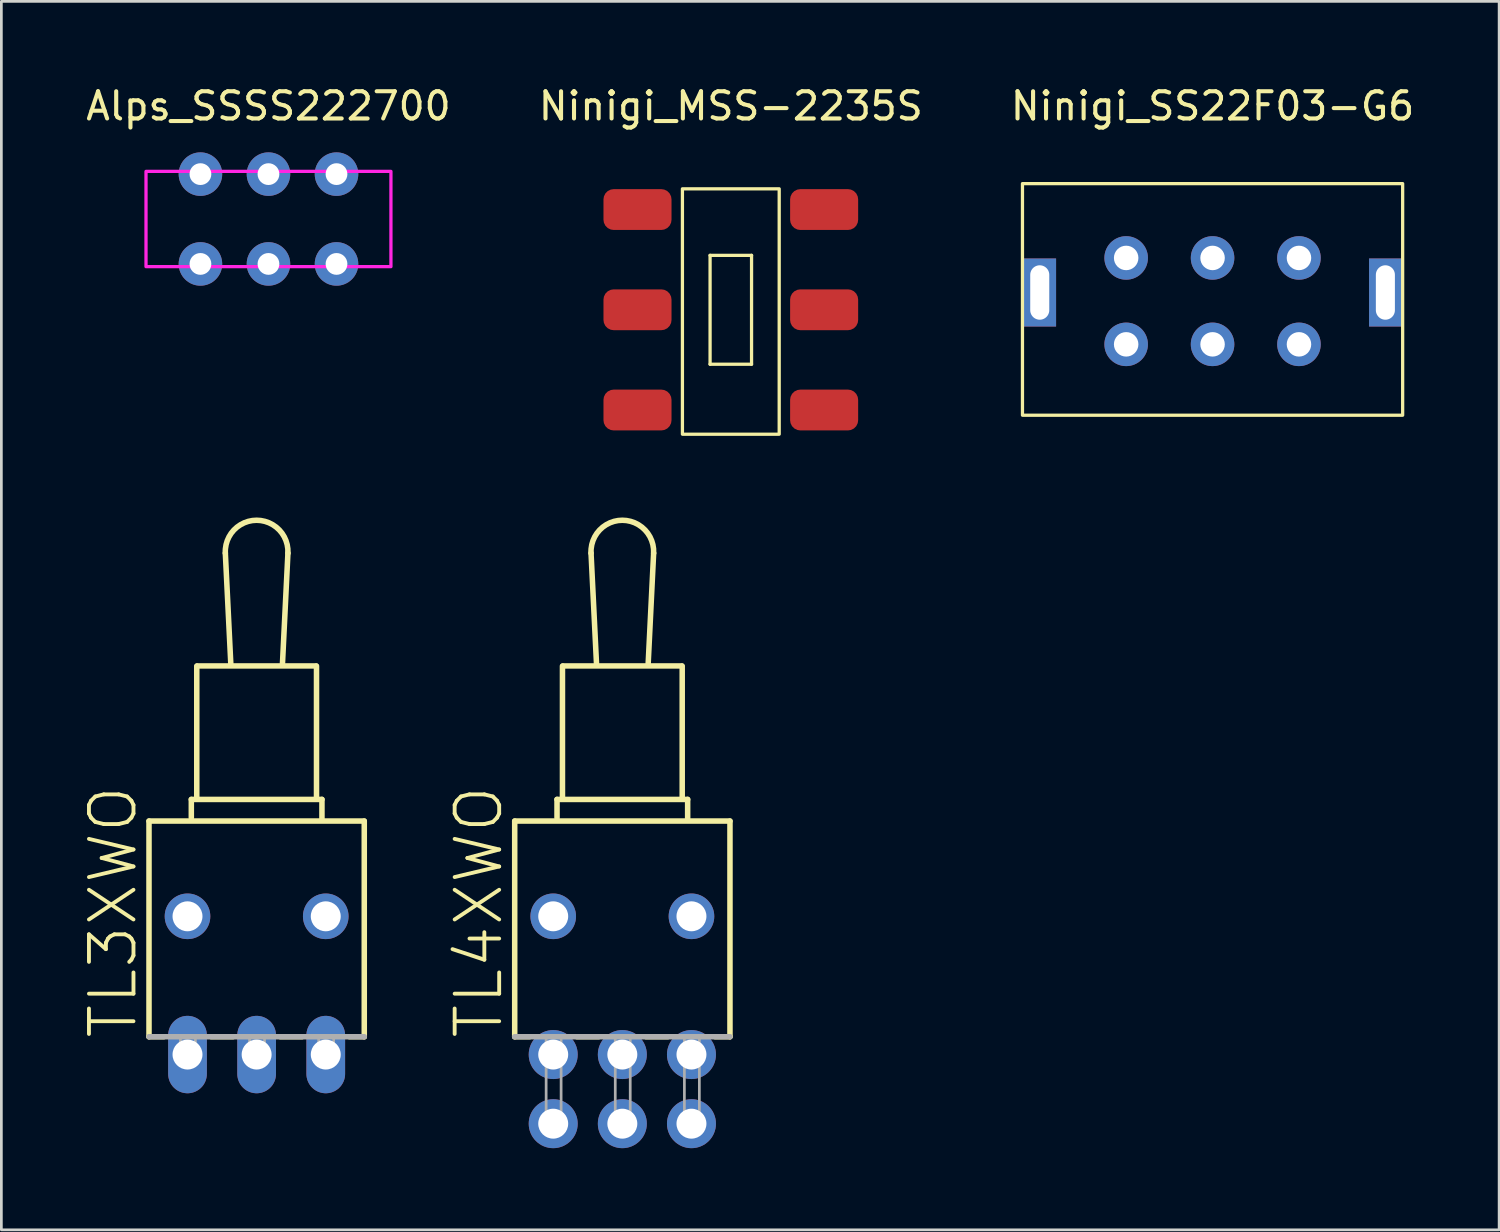
<source format=kicad_pcb>
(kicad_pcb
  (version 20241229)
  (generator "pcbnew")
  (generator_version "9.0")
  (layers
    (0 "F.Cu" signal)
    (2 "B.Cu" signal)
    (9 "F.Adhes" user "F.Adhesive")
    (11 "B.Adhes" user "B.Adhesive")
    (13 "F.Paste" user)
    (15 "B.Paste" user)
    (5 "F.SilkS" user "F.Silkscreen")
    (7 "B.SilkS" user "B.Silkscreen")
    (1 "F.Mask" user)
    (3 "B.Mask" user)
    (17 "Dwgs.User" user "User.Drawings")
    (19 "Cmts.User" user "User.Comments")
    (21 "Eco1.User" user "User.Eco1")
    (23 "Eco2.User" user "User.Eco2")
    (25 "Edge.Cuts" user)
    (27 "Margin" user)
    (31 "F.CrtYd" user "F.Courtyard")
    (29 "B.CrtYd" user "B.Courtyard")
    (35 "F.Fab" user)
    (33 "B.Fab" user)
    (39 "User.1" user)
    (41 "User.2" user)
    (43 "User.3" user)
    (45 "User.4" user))
  (footprint "Ninigi_SS22F03-G6"
    (layer "F.Cu")
    (at 41.506 7.952)
    (property "Reference" "Ninigi_SS22F03-G6" (at 0 -7.104 0) (unlocked yes) (layer "F.SilkS") (effects (font (size 1 1) (thickness 0.15))))
    (attr through_hole)
    (fp_rect (start -6.985 -4.255) (end 6.985 4.255) (stroke (width 0.12) (type solid)) (fill no) (layer "F.SilkS"))
    (pad "1" thru_hole circle (at -3.175 -1.524) (size 1.6 1.6) (drill 0.9) (layers "*.Cu" "*.Mask"))
    (pad "2" thru_hole circle (at 0 -1.524) (size 1.6 1.6) (drill 0.9) (layers "*.Cu" "*.Mask"))
    (pad "3" thru_hole circle (at 3.175 -1.524) (size 1.6 1.6) (drill 0.9) (layers "*.Cu" "*.Mask"))
    (pad "4" thru_hole circle (at -3.175 1.651) (size 1.6 1.6) (drill 0.9) (layers "*.Cu" "*.Mask"))
    (pad "5" thru_hole circle (at 0 1.651) (size 1.6 1.6) (drill 0.9) (layers "*.Cu" "*.Mask"))
    (pad "6" thru_hole circle (at 3.175 1.651) (size 1.6 1.6) (drill 0.9) (layers "*.Cu" "*.Mask"))
    (pad "M1" thru_hole rect (at -6.35 -0.254) (size 1.2 2.5) (drill oval 0.7 2) (layers "*.Cu" "*.Mask"))
    (pad "M2" thru_hole rect (at 6.35 -0.254) (size 1.2 2.5) (drill oval 0.7 2) (layers "*.Cu" "*.Mask")))
  (footprint "Alps_SSSS222700"
    (layer "F.Cu")
    (at 6.815 1.348)
    (property "Reference" "Alps_SSSS222700" (at 0 -0.5 0) (unlocked yes) (layer "F.SilkS") (effects (font (size 1 1) (thickness 0.15))))
    (attr through_hole)
    (fp_rect (start -4.5 1.9) (end 4.5 5.4) (stroke (width 0.12) (type solid)) (fill no) (layer "F.CrtYd"))
    (pad "1" thru_hole circle (at -2.5 2) (size 1.6 1.6) (drill 0.8) (layers "*.Cu" "*.Mask"))
    (pad "2" thru_hole circle (at 0 2) (size 1.6 1.6) (drill 0.8) (layers "*.Cu" "*.Mask"))
    (pad "3" thru_hole circle (at 2.5 2) (size 1.6 1.6) (drill 0.8) (layers "*.Cu" "*.Mask"))
    (pad "4" thru_hole circle (at -2.5 5.3) (size 1.6 1.6) (drill 0.8) (layers "*.Cu" "*.Mask"))
    (pad "5" thru_hole circle (at 0 5.3) (size 1.6 1.6) (drill 0.8) (layers "*.Cu" "*.Mask"))
    (pad "6" thru_hole circle (at 2.5 5.3) (size 1.6 1.6) (drill 0.8) (layers "*.Cu" "*.Mask")))
  (footprint "TL4XWO"
    (layer "F.Cu")
    (at 19.818 30.62)
    (property "Reference" "TL4XWO" (at -4.318 4.572 90) (layer "F.SilkS") (effects (font (size 1.636 1.636) (thickness 0.142)) (justify left bottom)))
    (fp_line (start -3.955 -3.5) (end 3.955 -3.5) (stroke (width 0.203) (type solid)) (layer "F.SilkS"))
    (fp_line (start -3.955 4.425) (end -3.955 -3.5) (stroke (width 0.203) (type solid)) (layer "F.SilkS"))
    (fp_line (start -3.411 4.425) (end -3.955 4.425) (stroke (width 0.203) (type solid)) (layer "F.SilkS"))
    (fp_line (start -2.4 -4.295) (end 2.4 -4.295) (stroke (width 0.203) (type solid)) (layer "F.SilkS"))
    (fp_line (start -2.4 -3.62) (end -2.4 -4.295) (stroke (width 0.203) (type solid)) (layer "F.SilkS"))
    (fp_line (start -2.2 -4.37) (end -2.2 -9.195) (stroke (width 0.203) (type solid)) (layer "F.SilkS"))
    (fp_line (start -2.18 -9.2) (end 2.18 -9.2) (stroke (width 0.203) (type solid)) (layer "F.SilkS"))
    (fp_line (start -1.15 -13.345) (end -0.95 -9.295) (stroke (width 0.203) (type solid)) (layer "F.SilkS"))
    (fp_line (start -0.871 4.425) (end -1.669 4.425) (stroke (width 0.203) (type solid)) (layer "F.SilkS"))
    (fp_line (start 0.95 -9.295) (end 1.15 -13.345) (stroke (width 0.203) (type solid)) (layer "F.SilkS"))
    (fp_line (start 1.669 4.425) (end 0.871 4.425) (stroke (width 0.203) (type solid)) (layer "F.SilkS"))
    (fp_line (start 2.2 -4.345) (end 2.2 -9.195) (stroke (width 0.203) (type solid)) (layer "F.SilkS"))
    (fp_line (start 2.4 -4.295) (end 2.4 -3.595) (stroke (width 0.203) (type solid)) (layer "F.SilkS"))
    (fp_line (start 3.955 -3.5) (end 3.955 4.425) (stroke (width 0.203) (type solid)) (layer "F.SilkS"))
    (fp_line (start 3.955 4.425) (end 3.411 4.425) (stroke (width 0.203) (type solid)) (layer "F.SilkS"))
    (fp_arc (start -1.15 -13.345) (mid 0 -14.553202) (end 1.15 -13.345) (stroke (width 0.2032) (type solid)) (layer "F.SilkS"))
    (fp_line (start 3.955 4.425) (end -3.955 4.425) (stroke (width 0.203) (type solid)) (layer "F.Fab"))
    (fp_poly (pts (xy -2.8 7.3) (xy -2.25 7.3) (xy -2.25 4.405) (xy -2.8 4.405)) (stroke (width 0.1) (type solid)) (fill no) (layer "F.Fab"))
    (fp_poly (pts (xy -0.26 7.3) (xy 0.29 7.3) (xy 0.29 4.405) (xy -0.26 4.405)) (stroke (width 0.1) (type solid)) (fill no) (layer "F.Fab"))
    (fp_poly (pts (xy 2.28 7.3) (xy 2.83 7.3) (xy 2.83 4.405) (xy 2.28 4.405)) (stroke (width 0.1) (type solid)) (fill no) (layer "F.Fab"))
    (pad "1" thru_hole circle (at -2.54 5.08 90) (size 1.8 1.8) (drill 1.1) (layers "*.Cu" "*.Mask"))
    (pad "2" thru_hole circle (at 0 5.08 90) (size 1.8 1.8) (drill 1.1) (layers "*.Cu" "*.Mask"))
    (pad "3" thru_hole circle (at 2.54 5.08 90) (size 1.8 1.8) (drill 1.1) (layers "*.Cu" "*.Mask"))
    (pad "4" thru_hole circle (at -2.54 7.62 90) (size 1.8 1.8) (drill 1.1) (layers "*.Cu" "*.Mask"))
    (pad "5" thru_hole circle (at 0 7.62 90) (size 1.8 1.8) (drill 1.1) (layers "*.Cu" "*.Mask"))
    (pad "6" thru_hole circle (at 2.54 7.62 90) (size 1.8 1.8) (drill 1.1) (layers "*.Cu" "*.Mask"))
    (pad "M1" thru_hole circle (at -2.54 0 90) (size 1.676 1.676) (drill 1.1) (layers "*.Cu" "*.Mask"))
    (pad "M2" thru_hole circle (at 2.54 0 90) (size 1.676 1.676) (drill 1.1) (layers "*.Cu" "*.Mask")))
  (footprint "TL3XWO"
    (layer "F.Cu")
    (at 6.38 30.62)
    (property "Reference" "TL3XWO" (at -4.318 4.572 90) (layer "F.SilkS") (effects (font (size 1.636 1.636) (thickness 0.142)) (justify left bottom)))
    (fp_line (start -3.955 -3.5) (end 3.955 -3.5) (stroke (width 0.203) (type solid)) (layer "F.SilkS"))
    (fp_line (start -3.955 4.425) (end -3.955 -3.5) (stroke (width 0.203) (type solid)) (layer "F.SilkS"))
    (fp_line (start -3.411 4.425) (end -3.955 4.425) (stroke (width 0.203) (type solid)) (layer "F.SilkS"))
    (fp_line (start -2.4 -4.295) (end 2.4 -4.295) (stroke (width 0.203) (type solid)) (layer "F.SilkS"))
    (fp_line (start -2.4 -3.62) (end -2.4 -4.295) (stroke (width 0.203) (type solid)) (layer "F.SilkS"))
    (fp_line (start -2.2 -4.37) (end -2.2 -9.195) (stroke (width 0.203) (type solid)) (layer "F.SilkS"))
    (fp_line (start -2.18 -9.2) (end 2.18 -9.2) (stroke (width 0.203) (type solid)) (layer "F.SilkS"))
    (fp_line (start -1.15 -13.345) (end -0.95 -9.295) (stroke (width 0.203) (type solid)) (layer "F.SilkS"))
    (fp_line (start -0.871 4.425) (end -1.669 4.425) (stroke (width 0.203) (type solid)) (layer "F.SilkS"))
    (fp_line (start 0.95 -9.295) (end 1.15 -13.345) (stroke (width 0.203) (type solid)) (layer "F.SilkS"))
    (fp_line (start 1.669 4.425) (end 0.871 4.425) (stroke (width 0.203) (type solid)) (layer "F.SilkS"))
    (fp_line (start 2.2 -4.345) (end 2.2 -9.195) (stroke (width 0.203) (type solid)) (layer "F.SilkS"))
    (fp_line (start 2.4 -4.295) (end 2.4 -3.595) (stroke (width 0.203) (type solid)) (layer "F.SilkS"))
    (fp_line (start 3.955 -3.5) (end 3.955 4.425) (stroke (width 0.203) (type solid)) (layer "F.SilkS"))
    (fp_line (start 3.955 4.425) (end 3.411 4.425) (stroke (width 0.203) (type solid)) (layer "F.SilkS"))
    (fp_arc (start -1.15 -13.345) (mid 0 -14.553202) (end 1.15 -13.345) (stroke (width 0.2032) (type solid)) (layer "F.SilkS"))
    (fp_line (start 3.955 4.425) (end -3.955 4.425) (stroke (width 0.203) (type solid)) (layer "F.Fab"))
    (fp_poly (pts (xy -2.8 5.455) (xy -2.25 5.455) (xy -2.25 4.405) (xy -2.8 4.405)) (stroke (width 0.1) (type solid)) (fill no) (layer "F.Fab"))
    (fp_poly (pts (xy -0.26 5.455) (xy 0.29 5.455) (xy 0.29 4.405) (xy -0.26 4.405)) (stroke (width 0.1) (type solid)) (fill no) (layer "F.Fab"))
    (fp_poly (pts (xy 2.28 5.455) (xy 2.83 5.455) (xy 2.83 4.405) (xy 2.28 4.405)) (stroke (width 0.1) (type solid)) (fill no) (layer "F.Fab"))
    (pad "1" thru_hole oval (at -2.54 5.08 90) (size 2.845 1.422) (drill 1.1) (layers "*.Cu" "*.Mask"))
    (pad "2" thru_hole oval (at 0 5.08 90) (size 2.845 1.422) (drill 1.1) (layers "*.Cu" "*.Mask"))
    (pad "3" thru_hole oval (at 2.54 5.08 90) (size 2.845 1.422) (drill 1.1) (layers "*.Cu" "*.Mask"))
    (pad "M1" thru_hole circle (at -2.54 0 90) (size 1.676 1.676) (drill 1.1) (layers "*.Cu" "*.Mask"))
    (pad "M2" thru_hole circle (at 2.54 0 90) (size 1.676 1.676) (drill 1.1) (layers "*.Cu" "*.Mask")))
  (footprint "Ninigi_MSS-2235S"
    (layer "F.Cu")
    (at 23.804 1.348)
    (property "Reference" "Ninigi_MSS-2235S" (at 0 -0.5 0) (unlocked yes) (layer "F.SilkS") (effects (font (size 1 1) (thickness 0.15))))
    (attr smd)
    (fp_line (start -0.762 4.985) (end -0.762 8.985) (stroke (width 0.12) (type solid)) (layer "F.SilkS"))
    (fp_line (start -0.762 4.985) (end 0.762 4.985) (stroke (width 0.12) (type solid)) (layer "F.SilkS"))
    (fp_line (start -0.762 8.985) (end 0.762 8.985) (stroke (width 0.12) (type solid)) (layer "F.SilkS"))
    (fp_line (start 0.762 4.985) (end 0.762 8.985) (stroke (width 0.12) (type solid)) (layer "F.SilkS"))
    (fp_rect (start -1.778 2.54) (end 1.778 11.557) (stroke (width 0.12) (type solid)) (fill no) (layer "F.SilkS"))
    (pad "1" smd roundrect (at -3.429 3.302) (size 2.5 1.5) (layers "F.Cu" "F.Mask" "F.Paste") (roundrect_rratio 0.25))
    (pad "2" smd roundrect (at -3.429 6.985) (size 2.5 1.5) (layers "F.Cu" "F.Mask" "F.Paste") (roundrect_rratio 0.25))
    (pad "3" smd roundrect (at -3.429 10.668) (size 2.5 1.5) (layers "F.Cu" "F.Mask" "F.Paste") (roundrect_rratio 0.25))
    (pad "4" smd roundrect (at 3.429 3.302) (size 2.5 1.5) (layers "F.Cu" "F.Mask" "F.Paste") (roundrect_rratio 0.25))
    (pad "5" smd roundrect (at 3.429 6.985) (size 2.5 1.5) (layers "F.Cu" "F.Mask" "F.Paste") (roundrect_rratio 0.25))
    (pad "6" smd roundrect (at 3.429 10.668) (size 2.5 1.5) (layers "F.Cu" "F.Mask" "F.Paste") (roundrect_rratio 0.25)))
  (gr_rect
    (start -3 -3)
    (end 52.036 42.14)
    (stroke (width 0.1) (type default))
    (fill no)
    (layer "Edge.Cuts")))
</source>
